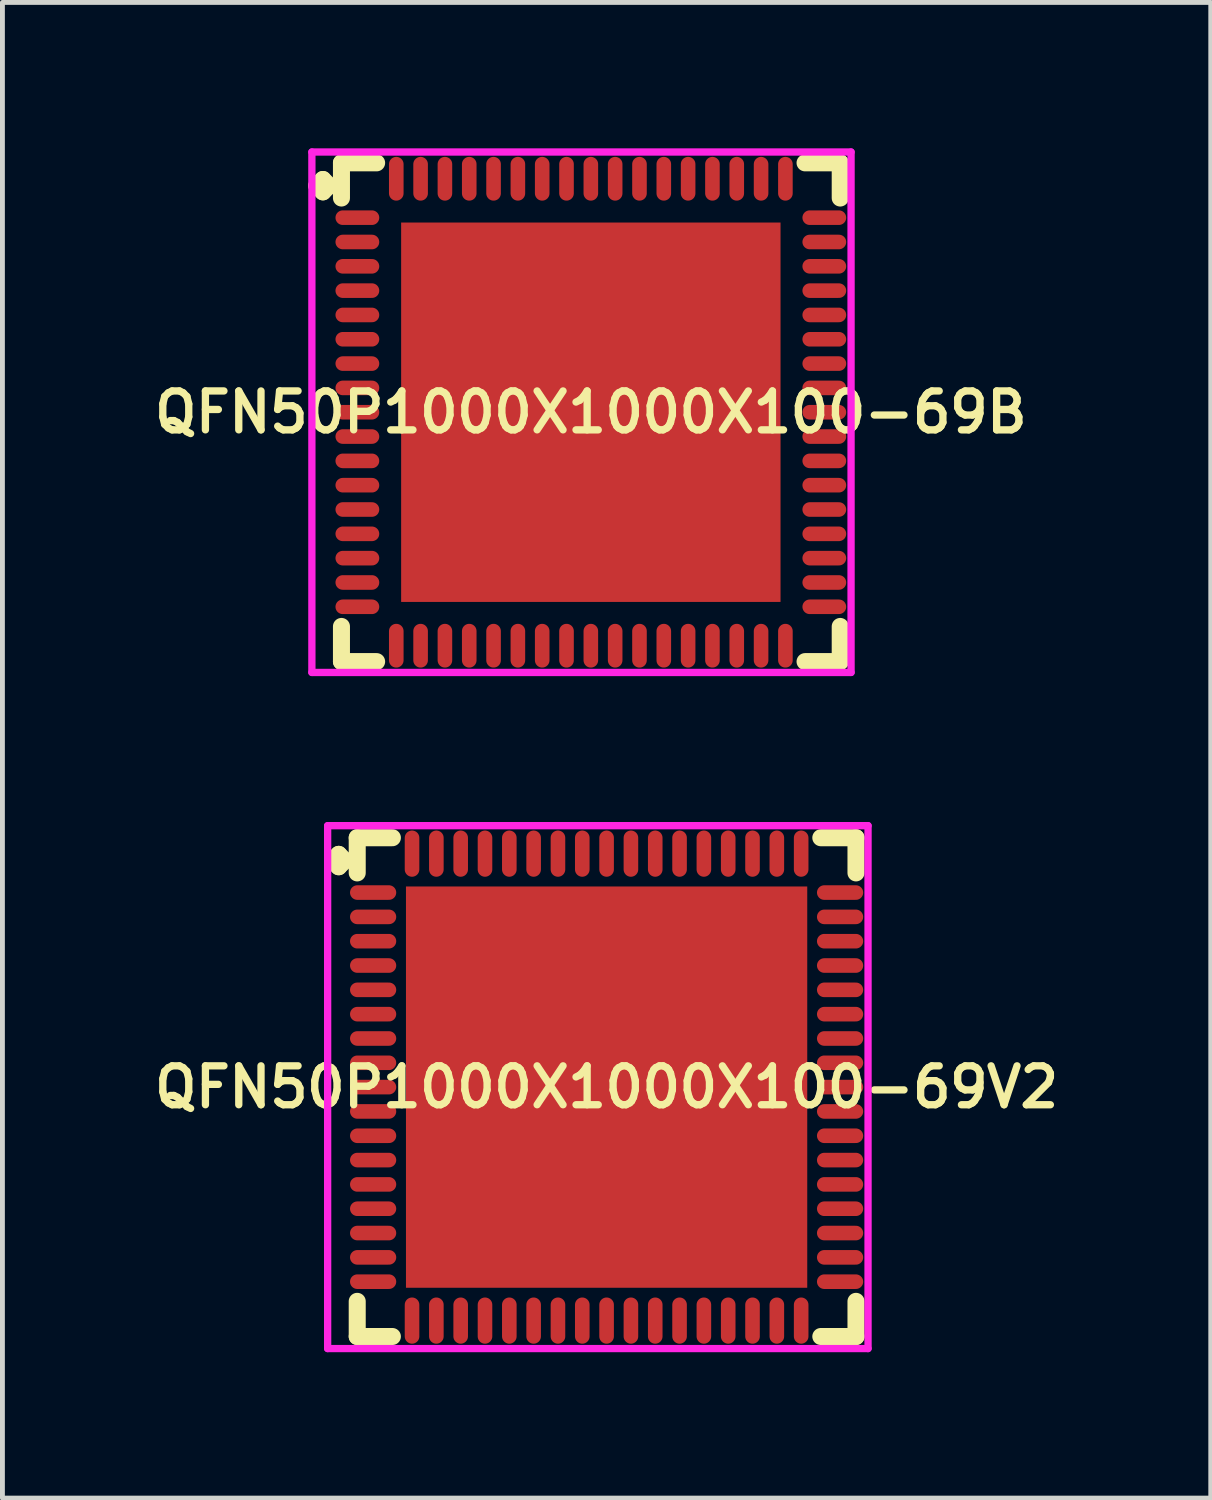
<source format=kicad_pcb>
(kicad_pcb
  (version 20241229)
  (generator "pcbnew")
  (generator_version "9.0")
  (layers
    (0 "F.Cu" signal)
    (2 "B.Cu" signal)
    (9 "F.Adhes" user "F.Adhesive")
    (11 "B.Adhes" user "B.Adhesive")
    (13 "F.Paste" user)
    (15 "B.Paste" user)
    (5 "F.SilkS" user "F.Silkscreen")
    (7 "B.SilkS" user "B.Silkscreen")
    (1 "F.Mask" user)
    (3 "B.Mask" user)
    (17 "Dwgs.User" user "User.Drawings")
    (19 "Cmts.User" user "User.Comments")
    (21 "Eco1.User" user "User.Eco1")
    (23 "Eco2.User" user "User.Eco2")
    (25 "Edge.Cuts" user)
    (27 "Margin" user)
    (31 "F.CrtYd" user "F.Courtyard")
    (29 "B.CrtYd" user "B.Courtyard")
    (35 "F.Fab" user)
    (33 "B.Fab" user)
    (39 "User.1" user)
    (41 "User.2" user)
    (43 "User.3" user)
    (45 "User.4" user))
  (footprint "QFN50P1000X1000X100-69V2"
    (layer "F.Cu")
    (at 9.421 19.3)
    (property "Reference" "QFN50P1000X1000X100-69V2" (at 0 0 0) (layer "F.SilkS") (effects (font (size 0.8 0.8) (thickness 0.15))))
    (attr smd)
    (fp_line (start -5.635 -4.658) (end -5.508 -4.785) (stroke (width 0.35) (type solid)) (layer "F.SilkS"))
    (fp_line (start -5.508 -4.785) (end -5.381 -4.658) (stroke (width 0.35) (type solid)) (layer "F.SilkS"))
    (fp_line (start -5.508 -4.531) (end -5.635 -4.658) (stroke (width 0.35) (type solid)) (layer "F.SilkS"))
    (fp_line (start -5.381 -4.658) (end -5.508 -4.531) (stroke (width 0.35) (type solid)) (layer "F.SilkS"))
    (fp_line (start -5.127 -5.127) (end -4.404 -5.127) (stroke (width 0.35) (type solid)) (layer "F.SilkS"))
    (fp_line (start -5.127 -4.404) (end -5.127 -5.127) (stroke (width 0.35) (type solid)) (layer "F.SilkS"))
    (fp_line (start -5.127 4.404) (end -5.127 5.127) (stroke (width 0.35) (type solid)) (layer "F.SilkS"))
    (fp_line (start -5.127 5.127) (end -4.404 5.127) (stroke (width 0.35) (type solid)) (layer "F.SilkS"))
    (fp_line (start 4.404 -5.127) (end 5.127 -5.127) (stroke (width 0.35) (type solid)) (layer "F.SilkS"))
    (fp_line (start 4.404 5.127) (end 5.127 5.127) (stroke (width 0.35) (type solid)) (layer "F.SilkS"))
    (fp_line (start 5.127 -5.127) (end 5.127 -4.404) (stroke (width 0.35) (type solid)) (layer "F.SilkS"))
    (fp_line (start 5.127 5.127) (end 5.127 4.404) (stroke (width 0.35) (type solid)) (layer "F.SilkS"))
    (fp_line (start -5.735 -5.375) (end 5.375 -5.375) (stroke (width 0.15) (type solid)) (layer "F.CrtYd"))
    (fp_line (start -5.735 5.375) (end -5.735 -5.375) (stroke (width 0.15) (type solid)) (layer "F.CrtYd"))
    (fp_line (start 5.375 -5.375) (end 5.375 5.375) (stroke (width 0.15) (type solid)) (layer "F.CrtYd"))
    (fp_line (start 5.375 5.375) (end -5.735 5.375) (stroke (width 0.15) (type solid)) (layer "F.CrtYd"))
    (pad "1" smd oval (at -4.8 -4) (size 0.95 0.3) (layers "F.Cu" "F.Mask" "F.Paste"))
    (pad "2" smd oval (at -4.8 -3.5) (size 0.95 0.3) (layers "F.Cu" "F.Mask" "F.Paste"))
    (pad "3" smd oval (at -4.8 -3) (size 0.95 0.3) (layers "F.Cu" "F.Mask" "F.Paste"))
    (pad "4" smd oval (at -4.8 -2.5) (size 0.95 0.3) (layers "F.Cu" "F.Mask" "F.Paste"))
    (pad "5" smd oval (at -4.8 -2) (size 0.95 0.3) (layers "F.Cu" "F.Mask" "F.Paste"))
    (pad "6" smd oval (at -4.8 -1.5) (size 0.95 0.3) (layers "F.Cu" "F.Mask" "F.Paste"))
    (pad "7" smd oval (at -4.8 -1) (size 0.95 0.3) (layers "F.Cu" "F.Mask" "F.Paste"))
    (pad "8" smd oval (at -4.8 -0.5) (size 0.95 0.3) (layers "F.Cu" "F.Mask" "F.Paste"))
    (pad "9" smd oval (at -4.8 0) (size 0.95 0.3) (layers "F.Cu" "F.Mask" "F.Paste"))
    (pad "10" smd oval (at -4.8 0.5) (size 0.95 0.3) (layers "F.Cu" "F.Mask" "F.Paste"))
    (pad "11" smd oval (at -4.8 1) (size 0.95 0.3) (layers "F.Cu" "F.Mask" "F.Paste"))
    (pad "12" smd oval (at -4.8 1.5) (size 0.95 0.3) (layers "F.Cu" "F.Mask" "F.Paste"))
    (pad "13" smd oval (at -4.8 2) (size 0.95 0.3) (layers "F.Cu" "F.Mask" "F.Paste"))
    (pad "14" smd oval (at -4.8 2.5) (size 0.95 0.3) (layers "F.Cu" "F.Mask" "F.Paste"))
    (pad "15" smd oval (at -4.8 3) (size 0.95 0.3) (layers "F.Cu" "F.Mask" "F.Paste"))
    (pad "16" smd oval (at -4.8 3.5) (size 0.95 0.3) (layers "F.Cu" "F.Mask" "F.Paste"))
    (pad "17" smd oval (at -4.8 4) (size 0.95 0.3) (layers "F.Cu" "F.Mask" "F.Paste"))
    (pad "18" smd oval (at -4 4.8) (size 0.3 0.95) (layers "F.Cu" "F.Mask" "F.Paste"))
    (pad "19" smd oval (at -3.5 4.8) (size 0.3 0.95) (layers "F.Cu" "F.Mask" "F.Paste"))
    (pad "20" smd oval (at -3 4.8) (size 0.3 0.95) (layers "F.Cu" "F.Mask" "F.Paste"))
    (pad "21" smd oval (at -2.5 4.8) (size 0.3 0.95) (layers "F.Cu" "F.Mask" "F.Paste"))
    (pad "22" smd oval (at -2 4.8) (size 0.3 0.95) (layers "F.Cu" "F.Mask" "F.Paste"))
    (pad "23" smd oval (at -1.5 4.8) (size 0.3 0.95) (layers "F.Cu" "F.Mask" "F.Paste"))
    (pad "24" smd oval (at -1 4.8) (size 0.3 0.95) (layers "F.Cu" "F.Mask" "F.Paste"))
    (pad "25" smd oval (at -0.5 4.8) (size 0.3 0.95) (layers "F.Cu" "F.Mask" "F.Paste"))
    (pad "26" smd oval (at 0 4.8) (size 0.3 0.95) (layers "F.Cu" "F.Mask" "F.Paste"))
    (pad "27" smd oval (at 0.5 4.8) (size 0.3 0.95) (layers "F.Cu" "F.Mask" "F.Paste"))
    (pad "28" smd oval (at 1 4.8) (size 0.3 0.95) (layers "F.Cu" "F.Mask" "F.Paste"))
    (pad "29" smd oval (at 1.5 4.8) (size 0.3 0.95) (layers "F.Cu" "F.Mask" "F.Paste"))
    (pad "30" smd oval (at 2 4.8) (size 0.3 0.95) (layers "F.Cu" "F.Mask" "F.Paste"))
    (pad "31" smd oval (at 2.5 4.8) (size 0.3 0.95) (layers "F.Cu" "F.Mask" "F.Paste"))
    (pad "32" smd oval (at 3 4.8) (size 0.3 0.95) (layers "F.Cu" "F.Mask" "F.Paste"))
    (pad "33" smd oval (at 3.5 4.8) (size 0.3 0.95) (layers "F.Cu" "F.Mask" "F.Paste"))
    (pad "34" smd oval (at 4 4.8) (size 0.3 0.95) (layers "F.Cu" "F.Mask" "F.Paste"))
    (pad "35" smd oval (at 4.8 4) (size 0.95 0.3) (layers "F.Cu" "F.Mask" "F.Paste"))
    (pad "36" smd oval (at 4.8 3.5) (size 0.95 0.3) (layers "F.Cu" "F.Mask" "F.Paste"))
    (pad "37" smd oval (at 4.8 3) (size 0.95 0.3) (layers "F.Cu" "F.Mask" "F.Paste"))
    (pad "38" smd oval (at 4.8 2.5) (size 0.95 0.3) (layers "F.Cu" "F.Mask" "F.Paste"))
    (pad "39" smd oval (at 4.8 2) (size 0.95 0.3) (layers "F.Cu" "F.Mask" "F.Paste"))
    (pad "40" smd oval (at 4.8 1.5) (size 0.95 0.3) (layers "F.Cu" "F.Mask" "F.Paste"))
    (pad "41" smd oval (at 4.8 1) (size 0.95 0.3) (layers "F.Cu" "F.Mask" "F.Paste"))
    (pad "42" smd oval (at 4.8 0.5) (size 0.95 0.3) (layers "F.Cu" "F.Mask" "F.Paste"))
    (pad "43" smd oval (at 4.8 0) (size 0.95 0.3) (layers "F.Cu" "F.Mask" "F.Paste"))
    (pad "44" smd oval (at 4.8 -0.5) (size 0.95 0.3) (layers "F.Cu" "F.Mask" "F.Paste"))
    (pad "45" smd oval (at 4.8 -1) (size 0.95 0.3) (layers "F.Cu" "F.Mask" "F.Paste"))
    (pad "46" smd oval (at 4.8 -1.5) (size 0.95 0.3) (layers "F.Cu" "F.Mask" "F.Paste"))
    (pad "47" smd oval (at 4.8 -2) (size 0.95 0.3) (layers "F.Cu" "F.Mask" "F.Paste"))
    (pad "48" smd oval (at 4.8 -2.5) (size 0.95 0.3) (layers "F.Cu" "F.Mask" "F.Paste"))
    (pad "49" smd oval (at 4.8 -3) (size 0.95 0.3) (layers "F.Cu" "F.Mask" "F.Paste"))
    (pad "50" smd oval (at 4.8 -3.5) (size 0.95 0.3) (layers "F.Cu" "F.Mask" "F.Paste"))
    (pad "51" smd oval (at 4.8 -4) (size 0.95 0.3) (layers "F.Cu" "F.Mask" "F.Paste"))
    (pad "52" smd oval (at 4 -4.8) (size 0.3 0.95) (layers "F.Cu" "F.Mask" "F.Paste"))
    (pad "53" smd oval (at 3.5 -4.8) (size 0.3 0.95) (layers "F.Cu" "F.Mask" "F.Paste"))
    (pad "54" smd oval (at 3 -4.8) (size 0.3 0.95) (layers "F.Cu" "F.Mask" "F.Paste"))
    (pad "55" smd oval (at 2.5 -4.8) (size 0.3 0.95) (layers "F.Cu" "F.Mask" "F.Paste"))
    (pad "56" smd oval (at 2 -4.8) (size 0.3 0.95) (layers "F.Cu" "F.Mask" "F.Paste"))
    (pad "57" smd oval (at 1.5 -4.8) (size 0.3 0.95) (layers "F.Cu" "F.Mask" "F.Paste"))
    (pad "58" smd oval (at 1 -4.8) (size 0.3 0.95) (layers "F.Cu" "F.Mask" "F.Paste"))
    (pad "59" smd oval (at 0.5 -4.8) (size 0.3 0.95) (layers "F.Cu" "F.Mask" "F.Paste"))
    (pad "60" smd oval (at 0 -4.8) (size 0.3 0.95) (layers "F.Cu" "F.Mask" "F.Paste"))
    (pad "61" smd oval (at -0.5 -4.8) (size 0.3 0.95) (layers "F.Cu" "F.Mask" "F.Paste"))
    (pad "62" smd oval (at -1 -4.8) (size 0.3 0.95) (layers "F.Cu" "F.Mask" "F.Paste"))
    (pad "63" smd oval (at -1.5 -4.8) (size 0.3 0.95) (layers "F.Cu" "F.Mask" "F.Paste"))
    (pad "64" smd oval (at -2 -4.8) (size 0.3 0.95) (layers "F.Cu" "F.Mask" "F.Paste"))
    (pad "65" smd oval (at -2.5 -4.8) (size 0.3 0.95) (layers "F.Cu" "F.Mask" "F.Paste"))
    (pad "66" smd oval (at -3 -4.8) (size 0.3 0.95) (layers "F.Cu" "F.Mask" "F.Paste"))
    (pad "67" smd oval (at -3.5 -4.8) (size 0.3 0.95) (layers "F.Cu" "F.Mask" "F.Paste"))
    (pad "68" smd oval (at -4 -4.8) (size 0.3 0.95) (layers "F.Cu" "F.Mask" "F.Paste"))
    (pad "69" smd rect (at 0 0) (size 8.25 8.25) (layers "F.Cu" "F.Mask" "F.Paste")))
  (footprint "QFN50P1000X1000X100-69B"
    (layer "F.Cu")
    (at 9.097 5.425)
    (property "Reference" "QFN50P1000X1000X100-69B" (at 0 0 0) (layer "F.SilkS") (effects (font (size 0.8 0.8) (thickness 0.15))))
    (attr smd)
    (fp_line (start -5.635 -4.658) (end -5.508 -4.785) (stroke (width 0.35) (type solid)) (layer "F.SilkS"))
    (fp_line (start -5.508 -4.785) (end -5.381 -4.658) (stroke (width 0.35) (type solid)) (layer "F.SilkS"))
    (fp_line (start -5.508 -4.531) (end -5.635 -4.658) (stroke (width 0.35) (type solid)) (layer "F.SilkS"))
    (fp_line (start -5.381 -4.658) (end -5.508 -4.531) (stroke (width 0.35) (type solid)) (layer "F.SilkS"))
    (fp_line (start -5.127 -5.127) (end -4.404 -5.127) (stroke (width 0.35) (type solid)) (layer "F.SilkS"))
    (fp_line (start -5.127 -4.404) (end -5.127 -5.127) (stroke (width 0.35) (type solid)) (layer "F.SilkS"))
    (fp_line (start -5.127 4.404) (end -5.127 5.127) (stroke (width 0.35) (type solid)) (layer "F.SilkS"))
    (fp_line (start -5.127 5.127) (end -4.404 5.127) (stroke (width 0.35) (type solid)) (layer "F.SilkS"))
    (fp_line (start 4.404 -5.127) (end 5.127 -5.127) (stroke (width 0.35) (type solid)) (layer "F.SilkS"))
    (fp_line (start 4.404 5.127) (end 5.127 5.127) (stroke (width 0.35) (type solid)) (layer "F.SilkS"))
    (fp_line (start 5.127 -5.127) (end 5.127 -4.404) (stroke (width 0.35) (type solid)) (layer "F.SilkS"))
    (fp_line (start 5.127 5.127) (end 5.127 4.404) (stroke (width 0.35) (type solid)) (layer "F.SilkS"))
    (fp_line (start -5.735 -5.35) (end 5.35 -5.35) (stroke (width 0.15) (type solid)) (layer "F.CrtYd"))
    (fp_line (start -5.735 5.35) (end -5.735 -5.35) (stroke (width 0.15) (type solid)) (layer "F.CrtYd"))
    (fp_line (start 5.35 -5.35) (end 5.35 5.35) (stroke (width 0.15) (type solid)) (layer "F.CrtYd"))
    (fp_line (start 5.35 5.35) (end -5.735 5.35) (stroke (width 0.15) (type solid)) (layer "F.CrtYd"))
    (pad "1" smd oval (at -4.8 -4) (size 0.9 0.3) (layers "F.Cu" "F.Mask" "F.Paste"))
    (pad "2" smd oval (at -4.8 -3.5) (size 0.9 0.3) (layers "F.Cu" "F.Mask" "F.Paste"))
    (pad "3" smd oval (at -4.8 -3) (size 0.9 0.3) (layers "F.Cu" "F.Mask" "F.Paste"))
    (pad "4" smd oval (at -4.8 -2.5) (size 0.9 0.3) (layers "F.Cu" "F.Mask" "F.Paste"))
    (pad "5" smd oval (at -4.8 -2) (size 0.9 0.3) (layers "F.Cu" "F.Mask" "F.Paste"))
    (pad "6" smd oval (at -4.8 -1.5) (size 0.9 0.3) (layers "F.Cu" "F.Mask" "F.Paste"))
    (pad "7" smd oval (at -4.8 -1) (size 0.9 0.3) (layers "F.Cu" "F.Mask" "F.Paste"))
    (pad "8" smd oval (at -4.8 -0.5) (size 0.9 0.3) (layers "F.Cu" "F.Mask" "F.Paste"))
    (pad "9" smd oval (at -4.8 0) (size 0.9 0.3) (layers "F.Cu" "F.Mask" "F.Paste"))
    (pad "10" smd oval (at -4.8 0.5) (size 0.9 0.3) (layers "F.Cu" "F.Mask" "F.Paste"))
    (pad "11" smd oval (at -4.8 1) (size 0.9 0.3) (layers "F.Cu" "F.Mask" "F.Paste"))
    (pad "12" smd oval (at -4.8 1.5) (size 0.9 0.3) (layers "F.Cu" "F.Mask" "F.Paste"))
    (pad "13" smd oval (at -4.8 2) (size 0.9 0.3) (layers "F.Cu" "F.Mask" "F.Paste"))
    (pad "14" smd oval (at -4.8 2.5) (size 0.9 0.3) (layers "F.Cu" "F.Mask" "F.Paste"))
    (pad "15" smd oval (at -4.8 3) (size 0.9 0.3) (layers "F.Cu" "F.Mask" "F.Paste"))
    (pad "16" smd oval (at -4.8 3.5) (size 0.9 0.3) (layers "F.Cu" "F.Mask" "F.Paste"))
    (pad "17" smd oval (at -4.8 4) (size 0.9 0.3) (layers "F.Cu" "F.Mask" "F.Paste"))
    (pad "18" smd oval (at -4 4.8) (size 0.3 0.9) (layers "F.Cu" "F.Mask" "F.Paste"))
    (pad "19" smd oval (at -3.5 4.8) (size 0.3 0.9) (layers "F.Cu" "F.Mask" "F.Paste"))
    (pad "20" smd oval (at -3 4.8) (size 0.3 0.9) (layers "F.Cu" "F.Mask" "F.Paste"))
    (pad "21" smd oval (at -2.5 4.8) (size 0.3 0.9) (layers "F.Cu" "F.Mask" "F.Paste"))
    (pad "22" smd oval (at -2 4.8) (size 0.3 0.9) (layers "F.Cu" "F.Mask" "F.Paste"))
    (pad "23" smd oval (at -1.5 4.8) (size 0.3 0.9) (layers "F.Cu" "F.Mask" "F.Paste"))
    (pad "24" smd oval (at -1 4.8) (size 0.3 0.9) (layers "F.Cu" "F.Mask" "F.Paste"))
    (pad "25" smd oval (at -0.5 4.8) (size 0.3 0.9) (layers "F.Cu" "F.Mask" "F.Paste"))
    (pad "26" smd oval (at 0 4.8) (size 0.3 0.9) (layers "F.Cu" "F.Mask" "F.Paste"))
    (pad "27" smd oval (at 0.5 4.8) (size 0.3 0.9) (layers "F.Cu" "F.Mask" "F.Paste"))
    (pad "28" smd oval (at 1 4.8) (size 0.3 0.9) (layers "F.Cu" "F.Mask" "F.Paste"))
    (pad "29" smd oval (at 1.5 4.8) (size 0.3 0.9) (layers "F.Cu" "F.Mask" "F.Paste"))
    (pad "30" smd oval (at 2 4.8) (size 0.3 0.9) (layers "F.Cu" "F.Mask" "F.Paste"))
    (pad "31" smd oval (at 2.5 4.8) (size 0.3 0.9) (layers "F.Cu" "F.Mask" "F.Paste"))
    (pad "32" smd oval (at 3 4.8) (size 0.3 0.9) (layers "F.Cu" "F.Mask" "F.Paste"))
    (pad "33" smd oval (at 3.5 4.8) (size 0.3 0.9) (layers "F.Cu" "F.Mask" "F.Paste"))
    (pad "34" smd oval (at 4 4.8) (size 0.3 0.9) (layers "F.Cu" "F.Mask" "F.Paste"))
    (pad "35" smd oval (at 4.8 4) (size 0.9 0.3) (layers "F.Cu" "F.Mask" "F.Paste"))
    (pad "36" smd oval (at 4.8 3.5) (size 0.9 0.3) (layers "F.Cu" "F.Mask" "F.Paste"))
    (pad "37" smd oval (at 4.8 3) (size 0.9 0.3) (layers "F.Cu" "F.Mask" "F.Paste"))
    (pad "38" smd oval (at 4.8 2.5) (size 0.9 0.3) (layers "F.Cu" "F.Mask" "F.Paste"))
    (pad "39" smd oval (at 4.8 2) (size 0.9 0.3) (layers "F.Cu" "F.Mask" "F.Paste"))
    (pad "40" smd oval (at 4.8 1.5) (size 0.9 0.3) (layers "F.Cu" "F.Mask" "F.Paste"))
    (pad "41" smd oval (at 4.8 1) (size 0.9 0.3) (layers "F.Cu" "F.Mask" "F.Paste"))
    (pad "42" smd oval (at 4.8 0.5) (size 0.9 0.3) (layers "F.Cu" "F.Mask" "F.Paste"))
    (pad "43" smd oval (at 4.8 0) (size 0.9 0.3) (layers "F.Cu" "F.Mask" "F.Paste"))
    (pad "44" smd oval (at 4.8 -0.5) (size 0.9 0.3) (layers "F.Cu" "F.Mask" "F.Paste"))
    (pad "45" smd oval (at 4.8 -1) (size 0.9 0.3) (layers "F.Cu" "F.Mask" "F.Paste"))
    (pad "46" smd oval (at 4.8 -1.5) (size 0.9 0.3) (layers "F.Cu" "F.Mask" "F.Paste"))
    (pad "47" smd oval (at 4.8 -2) (size 0.9 0.3) (layers "F.Cu" "F.Mask" "F.Paste"))
    (pad "48" smd oval (at 4.8 -2.5) (size 0.9 0.3) (layers "F.Cu" "F.Mask" "F.Paste"))
    (pad "49" smd oval (at 4.8 -3) (size 0.9 0.3) (layers "F.Cu" "F.Mask" "F.Paste"))
    (pad "50" smd oval (at 4.8 -3.5) (size 0.9 0.3) (layers "F.Cu" "F.Mask" "F.Paste"))
    (pad "51" smd oval (at 4.8 -4) (size 0.9 0.3) (layers "F.Cu" "F.Mask" "F.Paste"))
    (pad "52" smd oval (at 4 -4.8) (size 0.3 0.9) (layers "F.Cu" "F.Mask" "F.Paste"))
    (pad "53" smd oval (at 3.5 -4.8) (size 0.3 0.9) (layers "F.Cu" "F.Mask" "F.Paste"))
    (pad "54" smd oval (at 3 -4.8) (size 0.3 0.9) (layers "F.Cu" "F.Mask" "F.Paste"))
    (pad "55" smd oval (at 2.5 -4.8) (size 0.3 0.9) (layers "F.Cu" "F.Mask" "F.Paste"))
    (pad "56" smd oval (at 2 -4.8) (size 0.3 0.9) (layers "F.Cu" "F.Mask" "F.Paste"))
    (pad "57" smd oval (at 1.5 -4.8) (size 0.3 0.9) (layers "F.Cu" "F.Mask" "F.Paste"))
    (pad "58" smd oval (at 1 -4.8) (size 0.3 0.9) (layers "F.Cu" "F.Mask" "F.Paste"))
    (pad "59" smd oval (at 0.5 -4.8) (size 0.3 0.9) (layers "F.Cu" "F.Mask" "F.Paste"))
    (pad "60" smd oval (at 0 -4.8) (size 0.3 0.9) (layers "F.Cu" "F.Mask" "F.Paste"))
    (pad "61" smd oval (at -0.5 -4.8) (size 0.3 0.9) (layers "F.Cu" "F.Mask" "F.Paste"))
    (pad "62" smd oval (at -1 -4.8) (size 0.3 0.9) (layers "F.Cu" "F.Mask" "F.Paste"))
    (pad "63" smd oval (at -1.5 -4.8) (size 0.3 0.9) (layers "F.Cu" "F.Mask" "F.Paste"))
    (pad "64" smd oval (at -2 -4.8) (size 0.3 0.9) (layers "F.Cu" "F.Mask" "F.Paste"))
    (pad "65" smd oval (at -2.5 -4.8) (size 0.3 0.9) (layers "F.Cu" "F.Mask" "F.Paste"))
    (pad "66" smd oval (at -3 -4.8) (size 0.3 0.9) (layers "F.Cu" "F.Mask" "F.Paste"))
    (pad "67" smd oval (at -3.5 -4.8) (size 0.3 0.9) (layers "F.Cu" "F.Mask" "F.Paste"))
    (pad "68" smd oval (at -4 -4.8) (size 0.3 0.9) (layers "F.Cu" "F.Mask" "F.Paste"))
    (pad "69" smd rect (at 0 0) (size 7.8 7.8) (layers "F.Cu" "F.Mask" "F.Paste")))
  (gr_rect
    (start -3 -3)
    (end 21.842 27.75)
    (stroke (width 0.1) (type default))
    (fill no)
    (layer "Edge.Cuts")))
</source>
